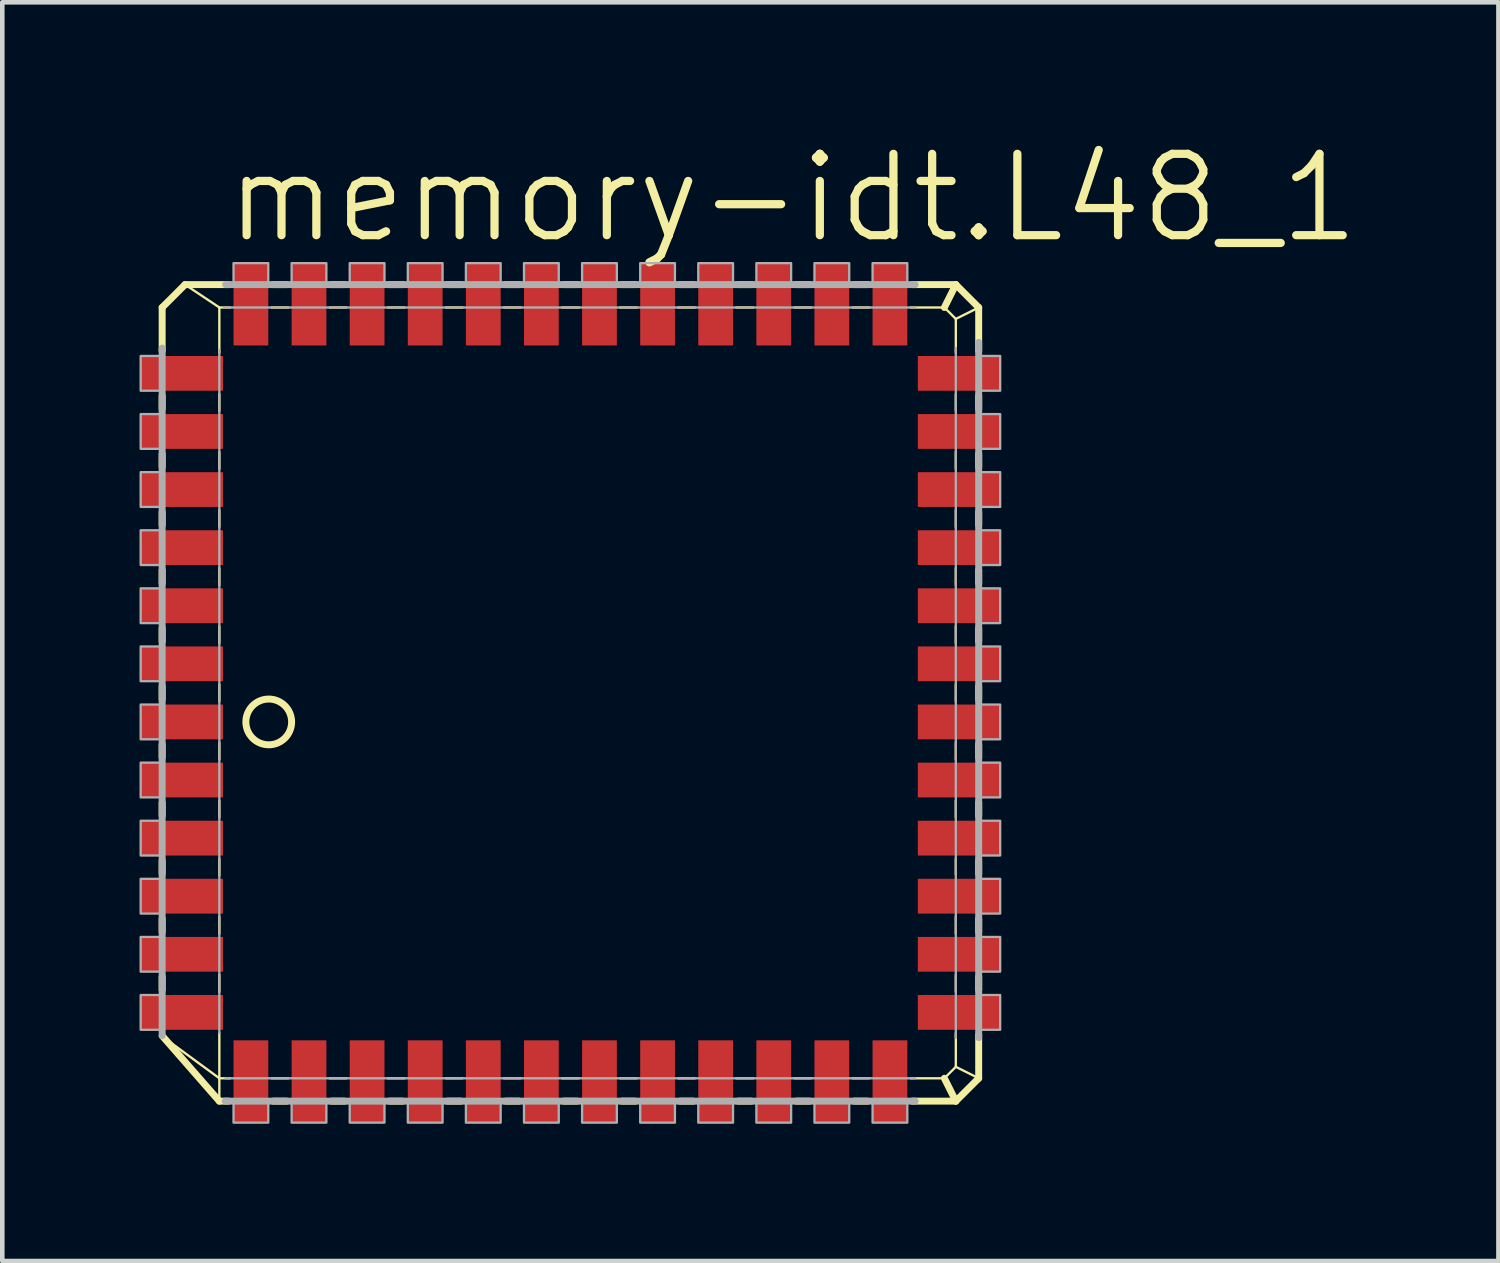
<source format=kicad_pcb>
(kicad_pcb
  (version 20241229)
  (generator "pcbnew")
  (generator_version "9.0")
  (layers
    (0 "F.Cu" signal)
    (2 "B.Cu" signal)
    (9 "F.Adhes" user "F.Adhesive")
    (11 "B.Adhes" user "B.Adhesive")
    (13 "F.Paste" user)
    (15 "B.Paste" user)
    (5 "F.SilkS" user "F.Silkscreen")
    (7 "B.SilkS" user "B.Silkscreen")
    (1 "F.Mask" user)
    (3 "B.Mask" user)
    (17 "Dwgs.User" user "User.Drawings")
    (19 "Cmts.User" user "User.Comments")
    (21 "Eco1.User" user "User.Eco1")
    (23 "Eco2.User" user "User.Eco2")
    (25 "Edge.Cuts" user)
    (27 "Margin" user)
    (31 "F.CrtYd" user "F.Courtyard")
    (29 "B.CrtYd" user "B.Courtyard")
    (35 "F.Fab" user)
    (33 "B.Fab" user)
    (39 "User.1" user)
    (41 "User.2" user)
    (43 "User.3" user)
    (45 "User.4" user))
  (footprint "memory-idt.L48_1"
    (layer "F.Cu")
    (at 8.785 12.732)
    (property "Reference" "memory-idt.L48_1" (at -6.985 -10.414 0) (layer "F.SilkS") (effects (font (size 1.778 1.778) (thickness 0.18)) (justify left bottom)))
    (attr smd)
    (fp_line (start -8.29 -9.06) (end -7.79 -9.56) (stroke (width 0.152) (type default)) (layer "F.SilkS"))
    (fp_line (start -8.29 -8.111) (end -8.29 -9.06) (stroke (width 0.152) (type default)) (layer "F.SilkS"))
    (fp_line (start -8.29 -6.841) (end -8.29 -7.129) (stroke (width 0.152) (type default)) (layer "F.SilkS"))
    (fp_line (start -8.29 -5.571) (end -8.29 -5.859) (stroke (width 0.152) (type default)) (layer "F.SilkS"))
    (fp_line (start -8.29 -4.301) (end -8.29 -4.589) (stroke (width 0.152) (type default)) (layer "F.SilkS"))
    (fp_line (start -8.29 -3.031) (end -8.29 -3.319) (stroke (width 0.152) (type default)) (layer "F.SilkS"))
    (fp_line (start -8.29 -1.761) (end -8.29 -2.049) (stroke (width 0.152) (type default)) (layer "F.SilkS"))
    (fp_line (start -8.29 -0.491) (end -8.29 -0.779) (stroke (width 0.152) (type default)) (layer "F.SilkS"))
    (fp_line (start -8.29 0.779) (end -8.29 0.491) (stroke (width 0.152) (type default)) (layer "F.SilkS"))
    (fp_line (start -8.29 2.049) (end -8.29 1.761) (stroke (width 0.152) (type default)) (layer "F.SilkS"))
    (fp_line (start -8.29 3.319) (end -8.29 3.031) (stroke (width 0.152) (type default)) (layer "F.SilkS"))
    (fp_line (start -8.29 4.589) (end -8.29 4.301) (stroke (width 0.152) (type default)) (layer "F.SilkS"))
    (fp_line (start -8.29 5.859) (end -8.29 5.571) (stroke (width 0.152) (type default)) (layer "F.SilkS"))
    (fp_line (start -7.79 -9.56) (end -7.04 -9.06) (stroke (width 0.051) (type default)) (layer "F.SilkS"))
    (fp_line (start -7.79 -9.56) (end -6.841 -9.56) (stroke (width 0.152) (type default)) (layer "F.SilkS"))
    (fp_line (start -7.04 -9.06) (end -6.801 -9.06) (stroke (width 0.051) (type default)) (layer "F.SilkS"))
    (fp_line (start -7.04 -8.071) (end -7.04 -9.06) (stroke (width 0.051) (type default)) (layer "F.SilkS"))
    (fp_line (start -7.04 -6.801) (end -7.04 -7.169) (stroke (width 0.051) (type default)) (layer "F.SilkS"))
    (fp_line (start -7.04 -5.531) (end -7.04 -5.899) (stroke (width 0.051) (type default)) (layer "F.SilkS"))
    (fp_line (start -7.04 -4.261) (end -7.04 -4.629) (stroke (width 0.051) (type default)) (layer "F.SilkS"))
    (fp_line (start -7.04 -2.991) (end -7.04 -3.359) (stroke (width 0.051) (type default)) (layer "F.SilkS"))
    (fp_line (start -7.04 -1.721) (end -7.04 -2.089) (stroke (width 0.051) (type default)) (layer "F.SilkS"))
    (fp_line (start -7.04 -0.451) (end -7.04 -0.819) (stroke (width 0.051) (type default)) (layer "F.SilkS"))
    (fp_line (start -7.04 0.819) (end -7.04 0.451) (stroke (width 0.051) (type default)) (layer "F.SilkS"))
    (fp_line (start -7.04 2.089) (end -7.04 1.721) (stroke (width 0.051) (type default)) (layer "F.SilkS"))
    (fp_line (start -7.04 3.359) (end -7.04 2.991) (stroke (width 0.051) (type default)) (layer "F.SilkS"))
    (fp_line (start -7.04 4.629) (end -7.04 4.261) (stroke (width 0.051) (type default)) (layer "F.SilkS"))
    (fp_line (start -7.04 5.899) (end -7.04 5.531) (stroke (width 0.051) (type default)) (layer "F.SilkS"))
    (fp_line (start -7.04 7.79) (end -8.279 6.882) (stroke (width 0.051) (type default)) (layer "F.SilkS"))
    (fp_line (start -7.04 7.79) (end -7.04 6.801) (stroke (width 0.051) (type default)) (layer "F.SilkS"))
    (fp_line (start -7.04 8.29) (end -8.29 6.861) (stroke (width 0.152) (type default)) (layer "F.SilkS"))
    (fp_line (start -7.04 8.29) (end -7.04 7.79) (stroke (width 0.051) (type default)) (layer "F.SilkS"))
    (fp_line (start -6.841 8.29) (end -7.04 8.29) (stroke (width 0.152) (type default)) (layer "F.SilkS"))
    (fp_line (start -6.801 7.79) (end -7.04 7.79) (stroke (width 0.051) (type default)) (layer "F.SilkS"))
    (fp_line (start -5.899 -9.06) (end -5.531 -9.06) (stroke (width 0.051) (type default)) (layer "F.SilkS"))
    (fp_line (start -5.859 -9.56) (end -5.571 -9.56) (stroke (width 0.152) (type default)) (layer "F.SilkS"))
    (fp_line (start -5.571 8.29) (end -5.859 8.29) (stroke (width 0.152) (type default)) (layer "F.SilkS"))
    (fp_line (start -5.531 7.79) (end -5.899 7.79) (stroke (width 0.051) (type default)) (layer "F.SilkS"))
    (fp_line (start -4.629 -9.06) (end -4.261 -9.06) (stroke (width 0.051) (type default)) (layer "F.SilkS"))
    (fp_line (start -4.589 -9.56) (end -4.301 -9.56) (stroke (width 0.152) (type default)) (layer "F.SilkS"))
    (fp_line (start -4.301 8.29) (end -4.589 8.29) (stroke (width 0.152) (type default)) (layer "F.SilkS"))
    (fp_line (start -4.261 7.79) (end -4.629 7.79) (stroke (width 0.051) (type default)) (layer "F.SilkS"))
    (fp_line (start -3.359 -9.06) (end -2.991 -9.06) (stroke (width 0.051) (type default)) (layer "F.SilkS"))
    (fp_line (start -3.319 -9.56) (end -3.031 -9.56) (stroke (width 0.152) (type default)) (layer "F.SilkS"))
    (fp_line (start -3.031 8.29) (end -3.319 8.29) (stroke (width 0.152) (type default)) (layer "F.SilkS"))
    (fp_line (start -2.991 7.79) (end -3.359 7.79) (stroke (width 0.051) (type default)) (layer "F.SilkS"))
    (fp_line (start -2.089 -9.06) (end -1.721 -9.06) (stroke (width 0.051) (type default)) (layer "F.SilkS"))
    (fp_line (start -2.049 -9.56) (end -1.761 -9.56) (stroke (width 0.152) (type default)) (layer "F.SilkS"))
    (fp_line (start -1.761 8.29) (end -2.049 8.29) (stroke (width 0.152) (type default)) (layer "F.SilkS"))
    (fp_line (start -1.721 7.79) (end -2.089 7.79) (stroke (width 0.051) (type default)) (layer "F.SilkS"))
    (fp_line (start -0.819 -9.06) (end -0.451 -9.06) (stroke (width 0.051) (type default)) (layer "F.SilkS"))
    (fp_line (start -0.779 -9.56) (end -0.491 -9.56) (stroke (width 0.152) (type default)) (layer "F.SilkS"))
    (fp_line (start -0.491 8.29) (end -0.779 8.29) (stroke (width 0.152) (type default)) (layer "F.SilkS"))
    (fp_line (start -0.451 7.79) (end -0.819 7.79) (stroke (width 0.051) (type default)) (layer "F.SilkS"))
    (fp_line (start 0.451 -9.06) (end 0.819 -9.06) (stroke (width 0.051) (type default)) (layer "F.SilkS"))
    (fp_line (start 0.491 -9.56) (end 0.779 -9.56) (stroke (width 0.152) (type default)) (layer "F.SilkS"))
    (fp_line (start 0.779 8.29) (end 0.491 8.29) (stroke (width 0.152) (type default)) (layer "F.SilkS"))
    (fp_line (start 0.819 7.79) (end 0.451 7.79) (stroke (width 0.051) (type default)) (layer "F.SilkS"))
    (fp_line (start 1.721 -9.06) (end 2.089 -9.06) (stroke (width 0.051) (type default)) (layer "F.SilkS"))
    (fp_line (start 1.761 -9.56) (end 2.049 -9.56) (stroke (width 0.152) (type default)) (layer "F.SilkS"))
    (fp_line (start 2.049 8.29) (end 1.761 8.29) (stroke (width 0.152) (type default)) (layer "F.SilkS"))
    (fp_line (start 2.089 7.79) (end 1.721 7.79) (stroke (width 0.051) (type default)) (layer "F.SilkS"))
    (fp_line (start 2.991 -9.06) (end 3.359 -9.06) (stroke (width 0.051) (type default)) (layer "F.SilkS"))
    (fp_line (start 3.031 -9.56) (end 3.319 -9.56) (stroke (width 0.152) (type default)) (layer "F.SilkS"))
    (fp_line (start 3.319 8.29) (end 3.031 8.29) (stroke (width 0.152) (type default)) (layer "F.SilkS"))
    (fp_line (start 3.359 7.79) (end 2.991 7.79) (stroke (width 0.051) (type default)) (layer "F.SilkS"))
    (fp_line (start 4.261 -9.06) (end 4.629 -9.06) (stroke (width 0.051) (type default)) (layer "F.SilkS"))
    (fp_line (start 4.301 -9.56) (end 4.589 -9.56) (stroke (width 0.152) (type default)) (layer "F.SilkS"))
    (fp_line (start 4.589 8.29) (end 4.301 8.29) (stroke (width 0.152) (type default)) (layer "F.SilkS"))
    (fp_line (start 4.629 7.79) (end 4.261 7.79) (stroke (width 0.051) (type default)) (layer "F.SilkS"))
    (fp_line (start 5.531 -9.06) (end 5.899 -9.06) (stroke (width 0.051) (type default)) (layer "F.SilkS"))
    (fp_line (start 5.571 -9.56) (end 5.859 -9.56) (stroke (width 0.152) (type default)) (layer "F.SilkS"))
    (fp_line (start 5.859 8.29) (end 5.571 8.29) (stroke (width 0.152) (type default)) (layer "F.SilkS"))
    (fp_line (start 5.899 7.79) (end 5.531 7.79) (stroke (width 0.051) (type default)) (layer "F.SilkS"))
    (fp_line (start 6.801 -9.06) (end 7.169 -9.06) (stroke (width 0.051) (type default)) (layer "F.SilkS"))
    (fp_line (start 6.841 -9.56) (end 7.129 -9.56) (stroke (width 0.152) (type default)) (layer "F.SilkS"))
    (fp_line (start 7.129 8.29) (end 6.841 8.29) (stroke (width 0.152) (type default)) (layer "F.SilkS"))
    (fp_line (start 7.169 7.79) (end 6.801 7.79) (stroke (width 0.051) (type default)) (layer "F.SilkS"))
    (fp_line (start 8.071 -9.06) (end 8.81 -9.06) (stroke (width 0.051) (type default)) (layer "F.SilkS"))
    (fp_line (start 8.111 -9.56) (end 9.06 -9.56) (stroke (width 0.152) (type default)) (layer "F.SilkS"))
    (fp_line (start 8.81 -9.06) (end 9.06 -9.56) (stroke (width 0.152) (type default)) (layer "F.SilkS"))
    (fp_line (start 8.81 -9.06) (end 9.06 -8.81) (stroke (width 0.051) (type default)) (layer "F.SilkS"))
    (fp_line (start 8.81 7.79) (end 8.071 7.79) (stroke (width 0.051) (type default)) (layer "F.SilkS"))
    (fp_line (start 9.06 -9.56) (end 9.56 -9.06) (stroke (width 0.152) (type default)) (layer "F.SilkS"))
    (fp_line (start 9.06 -8.81) (end 9.06 -8.071) (stroke (width 0.051) (type default)) (layer "F.SilkS"))
    (fp_line (start 9.06 -8.81) (end 9.56 -9.06) (stroke (width 0.051) (type default)) (layer "F.SilkS"))
    (fp_line (start 9.06 -7.169) (end 9.06 -6.801) (stroke (width 0.051) (type default)) (layer "F.SilkS"))
    (fp_line (start 9.06 -5.899) (end 9.06 -5.531) (stroke (width 0.051) (type default)) (layer "F.SilkS"))
    (fp_line (start 9.06 -4.629) (end 9.06 -4.261) (stroke (width 0.051) (type default)) (layer "F.SilkS"))
    (fp_line (start 9.06 -3.359) (end 9.06 -2.991) (stroke (width 0.051) (type default)) (layer "F.SilkS"))
    (fp_line (start 9.06 -2.089) (end 9.06 -1.721) (stroke (width 0.051) (type default)) (layer "F.SilkS"))
    (fp_line (start 9.06 -0.819) (end 9.06 -0.451) (stroke (width 0.051) (type default)) (layer "F.SilkS"))
    (fp_line (start 9.06 0.451) (end 9.06 0.819) (stroke (width 0.051) (type default)) (layer "F.SilkS"))
    (fp_line (start 9.06 1.721) (end 9.06 2.089) (stroke (width 0.051) (type default)) (layer "F.SilkS"))
    (fp_line (start 9.06 2.991) (end 9.06 3.334) (stroke (width 0.051) (type default)) (layer "F.SilkS"))
    (fp_line (start 9.06 4.261) (end 9.06 4.629) (stroke (width 0.051) (type default)) (layer "F.SilkS"))
    (fp_line (start 9.06 5.531) (end 9.06 5.899) (stroke (width 0.051) (type default)) (layer "F.SilkS"))
    (fp_line (start 9.06 6.801) (end 9.06 7.54) (stroke (width 0.051) (type default)) (layer "F.SilkS"))
    (fp_line (start 9.06 7.54) (end 8.81 7.79) (stroke (width 0.051) (type default)) (layer "F.SilkS"))
    (fp_line (start 9.06 8.29) (end 8.111 8.29) (stroke (width 0.152) (type default)) (layer "F.SilkS"))
    (fp_line (start 9.06 8.29) (end 8.81 7.79) (stroke (width 0.152) (type default)) (layer "F.SilkS"))
    (fp_line (start 9.56 -9.06) (end 9.56 -8.111) (stroke (width 0.152) (type default)) (layer "F.SilkS"))
    (fp_line (start 9.56 -7.129) (end 9.56 -6.841) (stroke (width 0.152) (type default)) (layer "F.SilkS"))
    (fp_line (start 9.56 -5.859) (end 9.56 -5.571) (stroke (width 0.152) (type default)) (layer "F.SilkS"))
    (fp_line (start 9.56 -4.589) (end 9.56 -4.301) (stroke (width 0.152) (type default)) (layer "F.SilkS"))
    (fp_line (start 9.56 -3.319) (end 9.56 -3.031) (stroke (width 0.152) (type default)) (layer "F.SilkS"))
    (fp_line (start 9.56 -2.049) (end 9.56 -1.761) (stroke (width 0.152) (type default)) (layer "F.SilkS"))
    (fp_line (start 9.56 -0.779) (end 9.56 -0.491) (stroke (width 0.152) (type default)) (layer "F.SilkS"))
    (fp_line (start 9.56 0.491) (end 9.56 0.779) (stroke (width 0.152) (type default)) (layer "F.SilkS"))
    (fp_line (start 9.56 1.761) (end 9.56 2.049) (stroke (width 0.152) (type default)) (layer "F.SilkS"))
    (fp_line (start 9.56 3.031) (end 9.56 3.319) (stroke (width 0.152) (type default)) (layer "F.SilkS"))
    (fp_line (start 9.56 4.301) (end 9.56 4.589) (stroke (width 0.152) (type default)) (layer "F.SilkS"))
    (fp_line (start 9.56 5.571) (end 9.56 5.859) (stroke (width 0.152) (type default)) (layer "F.SilkS"))
    (fp_line (start 9.56 6.841) (end 9.56 7.79) (stroke (width 0.152) (type default)) (layer "F.SilkS"))
    (fp_line (start 9.56 7.79) (end 9.06 7.54) (stroke (width 0.051) (type default)) (layer "F.SilkS"))
    (fp_line (start 9.56 7.79) (end 9.06 8.29) (stroke (width 0.152) (type default)) (layer "F.SilkS"))
    (fp_circle (center -5.96 0) (end -5.46 0) (stroke (width 0.152) (type default)) (fill no) (layer "F.SilkS"))
    (fp_line (start -8.29 6.857) (end -8.29 -8.171) (stroke (width 0.152) (type default)) (layer "F.Fab"))
    (fp_line (start -7.04 6.798) (end -7.04 -8.132) (stroke (width 0.051) (type default)) (layer "F.Fab"))
    (fp_line (start -6.936 -9.06) (end 8.175 -9.06) (stroke (width 0.051) (type default)) (layer "F.Fab"))
    (fp_line (start -6.901 -9.56) (end 8.171 -9.56) (stroke (width 0.152) (type default)) (layer "F.Fab"))
    (fp_line (start 8.171 8.29) (end -6.913 8.29) (stroke (width 0.152) (type default)) (layer "F.Fab"))
    (fp_line (start 8.175 7.79) (end -6.906 7.79) (stroke (width 0.051) (type default)) (layer "F.Fab"))
    (fp_line (start 9.06 -8.175) (end 9.06 6.905) (stroke (width 0.051) (type default)) (layer "F.Fab"))
    (fp_line (start 9.56 -8.298) (end 9.56 6.901) (stroke (width 0.152) (type default)) (layer "F.Fab"))
    (fp_rect (start -8.76 -7.24) (end -8.29 -8) (stroke (width 0.05) (type default)) (fill no) (layer "F.Fab"))
    (fp_rect (start -8.76 -5.97) (end -8.29 -6.73) (stroke (width 0.05) (type default)) (fill no) (layer "F.Fab"))
    (fp_rect (start -8.76 -4.7) (end -8.29 -5.46) (stroke (width 0.05) (type default)) (fill no) (layer "F.Fab"))
    (fp_rect (start -8.76 -3.43) (end -8.29 -4.19) (stroke (width 0.05) (type default)) (fill no) (layer "F.Fab"))
    (fp_rect (start -8.76 -2.16) (end -8.29 -2.92) (stroke (width 0.05) (type default)) (fill no) (layer "F.Fab"))
    (fp_rect (start -8.76 -0.89) (end -8.29 -1.65) (stroke (width 0.05) (type default)) (fill no) (layer "F.Fab"))
    (fp_rect (start -8.76 0.38) (end -8.29 -0.38) (stroke (width 0.05) (type default)) (fill no) (layer "F.Fab"))
    (fp_rect (start -8.76 1.65) (end -8.29 0.89) (stroke (width 0.05) (type default)) (fill no) (layer "F.Fab"))
    (fp_rect (start -8.76 2.92) (end -8.29 2.16) (stroke (width 0.05) (type default)) (fill no) (layer "F.Fab"))
    (fp_rect (start -8.76 4.19) (end -8.29 3.43) (stroke (width 0.05) (type default)) (fill no) (layer "F.Fab"))
    (fp_rect (start -8.76 5.46) (end -8.29 4.7) (stroke (width 0.05) (type default)) (fill no) (layer "F.Fab"))
    (fp_rect (start -8.76 6.73) (end -8.29 5.97) (stroke (width 0.05) (type default)) (fill no) (layer "F.Fab"))
    (fp_rect (start -6.73 -9.56) (end -5.97 -10.03) (stroke (width 0.05) (type default)) (fill no) (layer "F.Fab"))
    (fp_rect (start -6.73 8.76) (end -5.97 8.29) (stroke (width 0.05) (type default)) (fill no) (layer "F.Fab"))
    (fp_rect (start -5.46 -9.56) (end -4.7 -10.03) (stroke (width 0.05) (type default)) (fill no) (layer "F.Fab"))
    (fp_rect (start -5.46 8.76) (end -4.7 8.29) (stroke (width 0.05) (type default)) (fill no) (layer "F.Fab"))
    (fp_rect (start -4.19 -9.56) (end -3.43 -10.03) (stroke (width 0.05) (type default)) (fill no) (layer "F.Fab"))
    (fp_rect (start -4.19 8.76) (end -3.43 8.29) (stroke (width 0.05) (type default)) (fill no) (layer "F.Fab"))
    (fp_rect (start -2.92 -9.56) (end -2.16 -10.03) (stroke (width 0.05) (type default)) (fill no) (layer "F.Fab"))
    (fp_rect (start -2.92 8.76) (end -2.16 8.29) (stroke (width 0.05) (type default)) (fill no) (layer "F.Fab"))
    (fp_rect (start -1.65 -9.56) (end -0.89 -10.03) (stroke (width 0.05) (type default)) (fill no) (layer "F.Fab"))
    (fp_rect (start -1.65 8.76) (end -0.89 8.29) (stroke (width 0.05) (type default)) (fill no) (layer "F.Fab"))
    (fp_rect (start -0.38 -9.56) (end 0.38 -10.03) (stroke (width 0.05) (type default)) (fill no) (layer "F.Fab"))
    (fp_rect (start -0.38 8.76) (end 0.38 8.29) (stroke (width 0.05) (type default)) (fill no) (layer "F.Fab"))
    (fp_rect (start 0.89 -9.56) (end 1.65 -10.03) (stroke (width 0.05) (type default)) (fill no) (layer "F.Fab"))
    (fp_rect (start 0.89 8.76) (end 1.65 8.29) (stroke (width 0.05) (type default)) (fill no) (layer "F.Fab"))
    (fp_rect (start 2.16 -9.56) (end 2.92 -10.03) (stroke (width 0.05) (type default)) (fill no) (layer "F.Fab"))
    (fp_rect (start 2.16 8.76) (end 2.92 8.29) (stroke (width 0.05) (type default)) (fill no) (layer "F.Fab"))
    (fp_rect (start 3.43 -9.56) (end 4.19 -10.03) (stroke (width 0.05) (type default)) (fill no) (layer "F.Fab"))
    (fp_rect (start 3.43 8.76) (end 4.19 8.29) (stroke (width 0.05) (type default)) (fill no) (layer "F.Fab"))
    (fp_rect (start 4.7 -9.56) (end 5.46 -10.03) (stroke (width 0.05) (type default)) (fill no) (layer "F.Fab"))
    (fp_rect (start 4.7 8.76) (end 5.46 8.29) (stroke (width 0.05) (type default)) (fill no) (layer "F.Fab"))
    (fp_rect (start 5.97 -9.56) (end 6.73 -10.03) (stroke (width 0.05) (type default)) (fill no) (layer "F.Fab"))
    (fp_rect (start 5.97 8.76) (end 6.73 8.29) (stroke (width 0.05) (type default)) (fill no) (layer "F.Fab"))
    (fp_rect (start 7.24 -9.56) (end 8 -10.03) (stroke (width 0.05) (type default)) (fill no) (layer "F.Fab"))
    (fp_rect (start 7.24 8.76) (end 8 8.29) (stroke (width 0.05) (type default)) (fill no) (layer "F.Fab"))
    (fp_rect (start 9.56 -7.24) (end 10.03 -8) (stroke (width 0.05) (type default)) (fill no) (layer "F.Fab"))
    (fp_rect (start 9.56 -5.97) (end 10.03 -6.73) (stroke (width 0.05) (type default)) (fill no) (layer "F.Fab"))
    (fp_rect (start 9.56 -4.7) (end 10.03 -5.46) (stroke (width 0.05) (type default)) (fill no) (layer "F.Fab"))
    (fp_rect (start 9.56 -3.43) (end 10.03 -4.19) (stroke (width 0.05) (type default)) (fill no) (layer "F.Fab"))
    (fp_rect (start 9.56 -2.16) (end 10.03 -2.92) (stroke (width 0.05) (type default)) (fill no) (layer "F.Fab"))
    (fp_rect (start 9.56 -0.89) (end 10.03 -1.65) (stroke (width 0.05) (type default)) (fill no) (layer "F.Fab"))
    (fp_rect (start 9.56 0.38) (end 10.03 -0.38) (stroke (width 0.05) (type default)) (fill no) (layer "F.Fab"))
    (fp_rect (start 9.56 1.65) (end 10.03 0.89) (stroke (width 0.05) (type default)) (fill no) (layer "F.Fab"))
    (fp_rect (start 9.56 2.92) (end 10.03 2.16) (stroke (width 0.05) (type default)) (fill no) (layer "F.Fab"))
    (fp_rect (start 9.56 4.19) (end 10.03 3.43) (stroke (width 0.05) (type default)) (fill no) (layer "F.Fab"))
    (fp_rect (start 9.56 5.46) (end 10.03 4.7) (stroke (width 0.05) (type default)) (fill no) (layer "F.Fab"))
    (fp_rect (start 9.56 6.73) (end 10.03 5.97) (stroke (width 0.05) (type default)) (fill no) (layer "F.Fab"))
    (pad "1" smd roundrect (at -7.86 0) (size 1.8 0.76) (layers "F.Cu" "F.Mask" "F.Paste") (roundrect_rratio 0.01))
    (pad "2" smd roundrect (at -7.86 1.27) (size 1.8 0.76) (layers "F.Cu" "F.Mask" "F.Paste") (roundrect_rratio 0.01))
    (pad "3" smd roundrect (at -7.86 2.54) (size 1.8 0.76) (layers "F.Cu" "F.Mask" "F.Paste") (roundrect_rratio 0.01))
    (pad "4" smd roundrect (at -7.86 3.81) (size 1.8 0.76) (layers "F.Cu" "F.Mask" "F.Paste") (roundrect_rratio 0.01))
    (pad "5" smd roundrect (at -7.86 5.08) (size 1.8 0.76) (layers "F.Cu" "F.Mask" "F.Paste") (roundrect_rratio 0.01))
    (pad "6" smd roundrect (at -7.86 6.35) (size 1.8 0.76) (layers "F.Cu" "F.Mask" "F.Paste") (roundrect_rratio 0.01))
    (pad "7" smd roundrect (at -6.35 7.86) (size 0.76 1.8) (layers "F.Cu" "F.Mask" "F.Paste") (roundrect_rratio 0.01))
    (pad "8" smd roundrect (at -5.08 7.86) (size 0.76 1.8) (layers "F.Cu" "F.Mask" "F.Paste") (roundrect_rratio 0.01))
    (pad "9" smd roundrect (at -3.81 7.86) (size 0.76 1.8) (layers "F.Cu" "F.Mask" "F.Paste") (roundrect_rratio 0.01))
    (pad "10" smd roundrect (at -2.54 7.86) (size 0.76 1.8) (layers "F.Cu" "F.Mask" "F.Paste") (roundrect_rratio 0.01))
    (pad "11" smd roundrect (at -1.27 7.86) (size 0.76 1.8) (layers "F.Cu" "F.Mask" "F.Paste") (roundrect_rratio 0.01))
    (pad "12" smd roundrect (at 0 7.86) (size 0.76 1.8) (layers "F.Cu" "F.Mask" "F.Paste") (roundrect_rratio 0.01))
    (pad "13" smd roundrect (at 1.27 7.86) (size 0.76 1.8) (layers "F.Cu" "F.Mask" "F.Paste") (roundrect_rratio 0.01))
    (pad "14" smd roundrect (at 2.54 7.86) (size 0.76 1.8) (layers "F.Cu" "F.Mask" "F.Paste") (roundrect_rratio 0.01))
    (pad "15" smd roundrect (at 3.81 7.86) (size 0.76 1.8) (layers "F.Cu" "F.Mask" "F.Paste") (roundrect_rratio 0.01))
    (pad "16" smd roundrect (at 5.08 7.86) (size 0.76 1.8) (layers "F.Cu" "F.Mask" "F.Paste") (roundrect_rratio 0.01))
    (pad "17" smd roundrect (at 6.35 7.86) (size 0.76 1.8) (layers "F.Cu" "F.Mask" "F.Paste") (roundrect_rratio 0.01))
    (pad "18" smd roundrect (at 7.62 7.86) (size 0.76 1.8) (layers "F.Cu" "F.Mask" "F.Paste") (roundrect_rratio 0.01))
    (pad "19" smd roundrect (at 9.13 6.35) (size 1.8 0.76) (layers "F.Cu" "F.Mask" "F.Paste") (roundrect_rratio 0.01))
    (pad "20" smd roundrect (at 9.13 5.08) (size 1.8 0.76) (layers "F.Cu" "F.Mask" "F.Paste") (roundrect_rratio 0.01))
    (pad "21" smd roundrect (at 9.13 3.81) (size 1.8 0.76) (layers "F.Cu" "F.Mask" "F.Paste") (roundrect_rratio 0.01))
    (pad "22" smd roundrect (at 9.13 2.54) (size 1.8 0.76) (layers "F.Cu" "F.Mask" "F.Paste") (roundrect_rratio 0.01))
    (pad "23" smd roundrect (at 9.13 1.27) (size 1.8 0.76) (layers "F.Cu" "F.Mask" "F.Paste") (roundrect_rratio 0.01))
    (pad "24" smd roundrect (at 9.13 0) (size 1.8 0.76) (layers "F.Cu" "F.Mask" "F.Paste") (roundrect_rratio 0.01))
    (pad "25" smd roundrect (at 9.13 -1.27) (size 1.8 0.76) (layers "F.Cu" "F.Mask" "F.Paste") (roundrect_rratio 0.01))
    (pad "26" smd roundrect (at 9.13 -2.54) (size 1.8 0.76) (layers "F.Cu" "F.Mask" "F.Paste") (roundrect_rratio 0.01))
    (pad "27" smd roundrect (at 9.13 -3.81) (size 1.8 0.76) (layers "F.Cu" "F.Mask" "F.Paste") (roundrect_rratio 0.01))
    (pad "28" smd roundrect (at 9.13 -5.08) (size 1.8 0.76) (layers "F.Cu" "F.Mask" "F.Paste") (roundrect_rratio 0.01))
    (pad "29" smd roundrect (at 9.13 -6.35) (size 1.8 0.76) (layers "F.Cu" "F.Mask" "F.Paste") (roundrect_rratio 0.01))
    (pad "30" smd roundrect (at 9.13 -7.62) (size 1.8 0.76) (layers "F.Cu" "F.Mask" "F.Paste") (roundrect_rratio 0.01))
    (pad "31" smd roundrect (at 7.62 -9.13) (size 0.76 1.8) (layers "F.Cu" "F.Mask" "F.Paste") (roundrect_rratio 0.01))
    (pad "32" smd roundrect (at 6.35 -9.13) (size 0.76 1.8) (layers "F.Cu" "F.Mask" "F.Paste") (roundrect_rratio 0.01))
    (pad "33" smd roundrect (at 5.08 -9.13) (size 0.76 1.8) (layers "F.Cu" "F.Mask" "F.Paste") (roundrect_rratio 0.01))
    (pad "34" smd roundrect (at 3.81 -9.13) (size 0.76 1.8) (layers "F.Cu" "F.Mask" "F.Paste") (roundrect_rratio 0.01))
    (pad "35" smd roundrect (at 2.54 -9.13) (size 0.76 1.8) (layers "F.Cu" "F.Mask" "F.Paste") (roundrect_rratio 0.01))
    (pad "36" smd roundrect (at 1.27 -9.13) (size 0.76 1.8) (layers "F.Cu" "F.Mask" "F.Paste") (roundrect_rratio 0.01))
    (pad "37" smd roundrect (at 0 -9.13) (size 0.76 1.8) (layers "F.Cu" "F.Mask" "F.Paste") (roundrect_rratio 0.01))
    (pad "38" smd roundrect (at -1.27 -9.13) (size 0.76 1.8) (layers "F.Cu" "F.Mask" "F.Paste") (roundrect_rratio 0.01))
    (pad "39" smd roundrect (at -2.54 -9.13) (size 0.76 1.8) (layers "F.Cu" "F.Mask" "F.Paste") (roundrect_rratio 0.01))
    (pad "40" smd roundrect (at -3.81 -9.13) (size 0.76 1.8) (layers "F.Cu" "F.Mask" "F.Paste") (roundrect_rratio 0.01))
    (pad "41" smd roundrect (at -5.08 -9.13) (size 0.76 1.8) (layers "F.Cu" "F.Mask" "F.Paste") (roundrect_rratio 0.01))
    (pad "42" smd roundrect (at -6.35 -9.13) (size 0.76 1.8) (layers "F.Cu" "F.Mask" "F.Paste") (roundrect_rratio 0.01))
    (pad "43" smd roundrect (at -7.86 -7.62) (size 1.8 0.76) (layers "F.Cu" "F.Mask" "F.Paste") (roundrect_rratio 0.01))
    (pad "44" smd roundrect (at -7.86 -6.35) (size 1.8 0.76) (layers "F.Cu" "F.Mask" "F.Paste") (roundrect_rratio 0.01))
    (pad "45" smd roundrect (at -7.86 -5.08) (size 1.8 0.76) (layers "F.Cu" "F.Mask" "F.Paste") (roundrect_rratio 0.01))
    (pad "46" smd roundrect (at -7.86 -3.81) (size 1.8 0.76) (layers "F.Cu" "F.Mask" "F.Paste") (roundrect_rratio 0.01))
    (pad "47" smd roundrect (at -7.86 -2.54) (size 1.8 0.76) (layers "F.Cu" "F.Mask" "F.Paste") (roundrect_rratio 0.01))
    (pad "48" smd roundrect (at -7.86 -1.27) (size 1.8 0.76) (layers "F.Cu" "F.Mask" "F.Paste") (roundrect_rratio 0.01)))
  (gr_rect
    (start -3 -3)
    (end 29.707 24.517)
    (stroke (width 0.1) (type default))
    (fill no)
    (layer "Edge.Cuts")))
</source>
